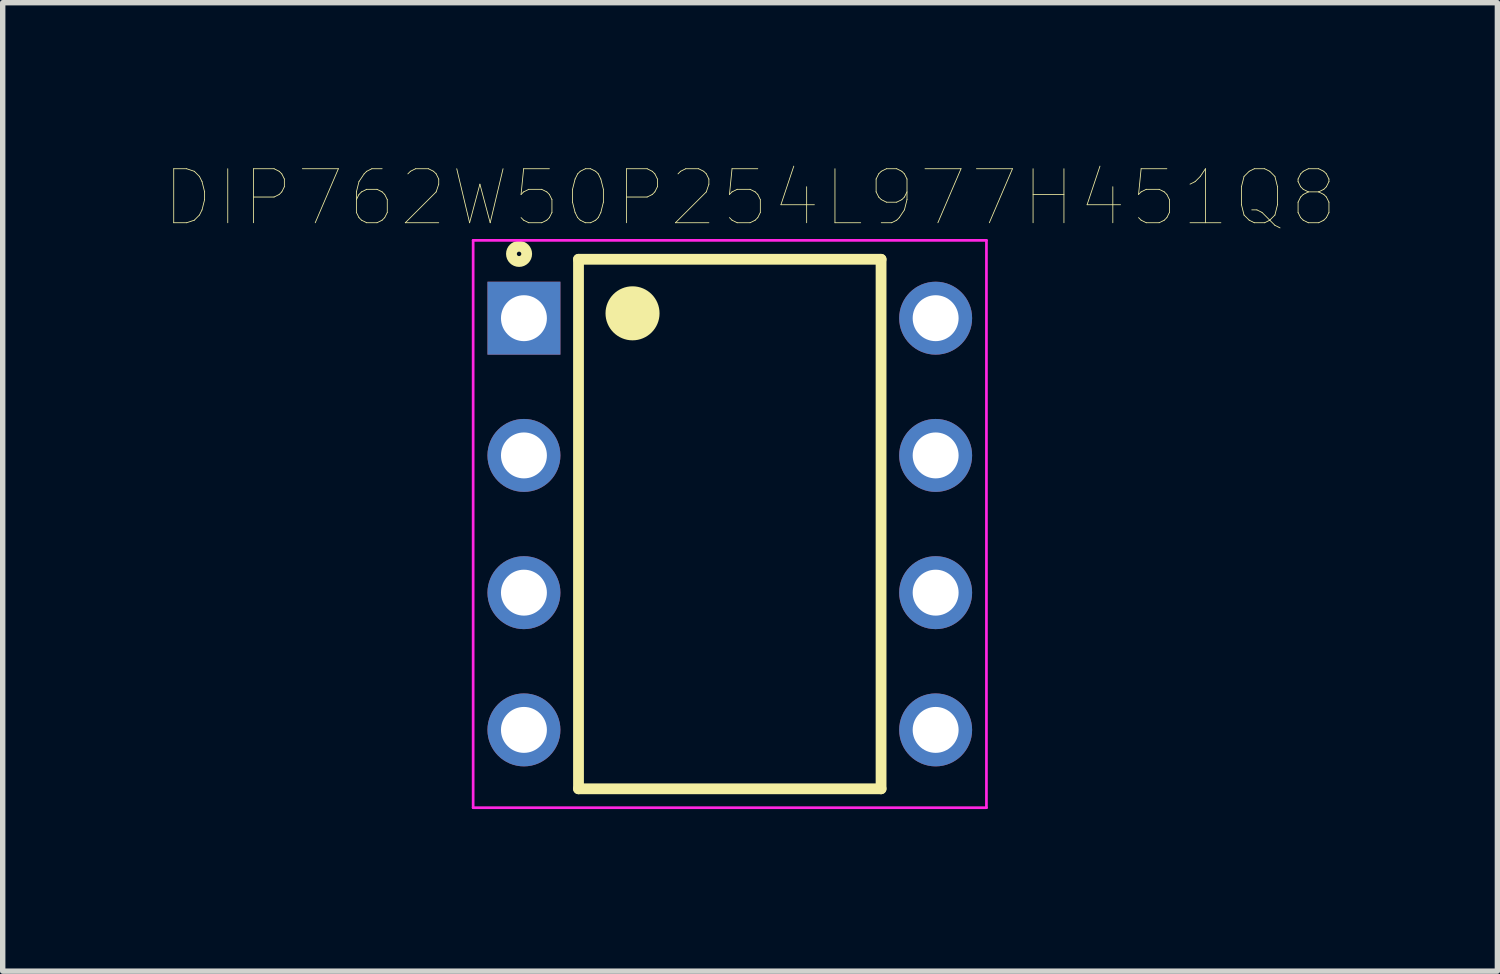
<source format=kicad_pcb>
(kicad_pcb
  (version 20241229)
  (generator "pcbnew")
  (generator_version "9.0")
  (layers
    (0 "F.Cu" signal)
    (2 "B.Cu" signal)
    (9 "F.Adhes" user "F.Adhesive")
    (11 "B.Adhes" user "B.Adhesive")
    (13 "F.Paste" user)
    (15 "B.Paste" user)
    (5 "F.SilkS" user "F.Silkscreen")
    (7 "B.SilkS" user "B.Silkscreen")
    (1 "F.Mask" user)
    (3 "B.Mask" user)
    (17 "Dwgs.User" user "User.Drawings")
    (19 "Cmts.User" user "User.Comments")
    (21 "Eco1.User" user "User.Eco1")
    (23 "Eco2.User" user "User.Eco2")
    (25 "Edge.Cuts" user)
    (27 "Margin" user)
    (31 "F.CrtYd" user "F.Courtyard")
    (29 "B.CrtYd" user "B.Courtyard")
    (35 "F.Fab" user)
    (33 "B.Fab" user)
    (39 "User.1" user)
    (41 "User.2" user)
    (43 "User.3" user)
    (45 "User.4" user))
  (footprint "DIP762W50P254L977H451Q8"
    (layer "F.Cu")
    (at 10.457 6.649)
    (property "Reference" "DIP762W50P254L977H451Q8" (at 0.375 -6.038 0) (layer "F.SilkS") (effects (font (size 1 1) (thickness 0.015))))
    (attr through_hole)
    (fp_line (start -2.8 -4.9) (end 2.8 -4.9) (stroke (width 0.2) (type solid)) (layer "F.SilkS"))
    (fp_line (start -2.8 4.9) (end -2.8 -4.9) (stroke (width 0.2) (type solid)) (layer "F.SilkS"))
    (fp_line (start 2.8 -4.9) (end 2.8 4.9) (stroke (width 0.2) (type solid)) (layer "F.SilkS"))
    (fp_line (start 2.8 4.9) (end -2.8 4.9) (stroke (width 0.2) (type solid)) (layer "F.SilkS"))
    (fp_circle (center -3.9 -5) (end -3.759 -5) (stroke (width 0.2) (type solid)) (fill no) (layer "F.SilkS"))
    (fp_circle (center -1.9 -3.9) (end -1.759 -3.9) (stroke (width 0.2) (type solid)) (fill no) (layer "F.SilkS"))
    (fp_circle (center -1.8 -3.9) (end -1.576 -3.9) (stroke (width 0.2) (type solid)) (fill no) (layer "F.SilkS"))
    (fp_circle (center -1.8 -3.9) (end -1.4 -3.9) (stroke (width 0.2) (type solid)) (fill no) (layer "F.SilkS"))
    (fp_circle (center -1.7 -3.9) (end -1.5 -3.9) (stroke (width 0.2) (type solid)) (fill no) (layer "F.SilkS"))
    (fp_line (start -4.75 -5.25) (end 4.75 -5.25) (stroke (width 0.05) (type solid)) (layer "F.CrtYd"))
    (fp_line (start -4.75 5.25) (end -4.75 -5.25) (stroke (width 0.05) (type solid)) (layer "F.CrtYd"))
    (fp_line (start 4.75 -5.25) (end 4.75 5.25) (stroke (width 0.05) (type solid)) (layer "F.CrtYd"))
    (fp_line (start 4.75 5.25) (end -4.75 5.25) (stroke (width 0.05) (type solid)) (layer "F.CrtYd"))
    (pad "1" thru_hole rect (at -3.81 -3.81) (size 1.35 1.35) (drill 0.85) (layers "*.Cu" "*.Mask"))
    (pad "2" thru_hole circle (at -3.81 -1.27) (size 1.35 1.35) (drill 0.85) (layers "*.Cu" "*.Mask"))
    (pad "3" thru_hole circle (at -3.81 1.27) (size 1.35 1.35) (drill 0.85) (layers "*.Cu" "*.Mask"))
    (pad "4" thru_hole circle (at -3.81 3.81) (size 1.35 1.35) (drill 0.85) (layers "*.Cu" "*.Mask"))
    (pad "5" thru_hole circle (at 3.81 3.81) (size 1.35 1.35) (drill 0.85) (layers "*.Cu" "*.Mask"))
    (pad "6" thru_hole circle (at 3.81 1.27) (size 1.35 1.35) (drill 0.85) (layers "*.Cu" "*.Mask"))
    (pad "7" thru_hole circle (at 3.81 -1.27) (size 1.35 1.35) (drill 0.85) (layers "*.Cu" "*.Mask"))
    (pad "8" thru_hole circle (at 3.81 -3.81) (size 1.35 1.35) (drill 0.85) (layers "*.Cu" "*.Mask")))
  (gr_rect
    (start -3 -3)
    (end 24.664 14.924)
    (stroke (width 0.1) (type default))
    (fill no)
    (layer "Edge.Cuts")))
</source>
